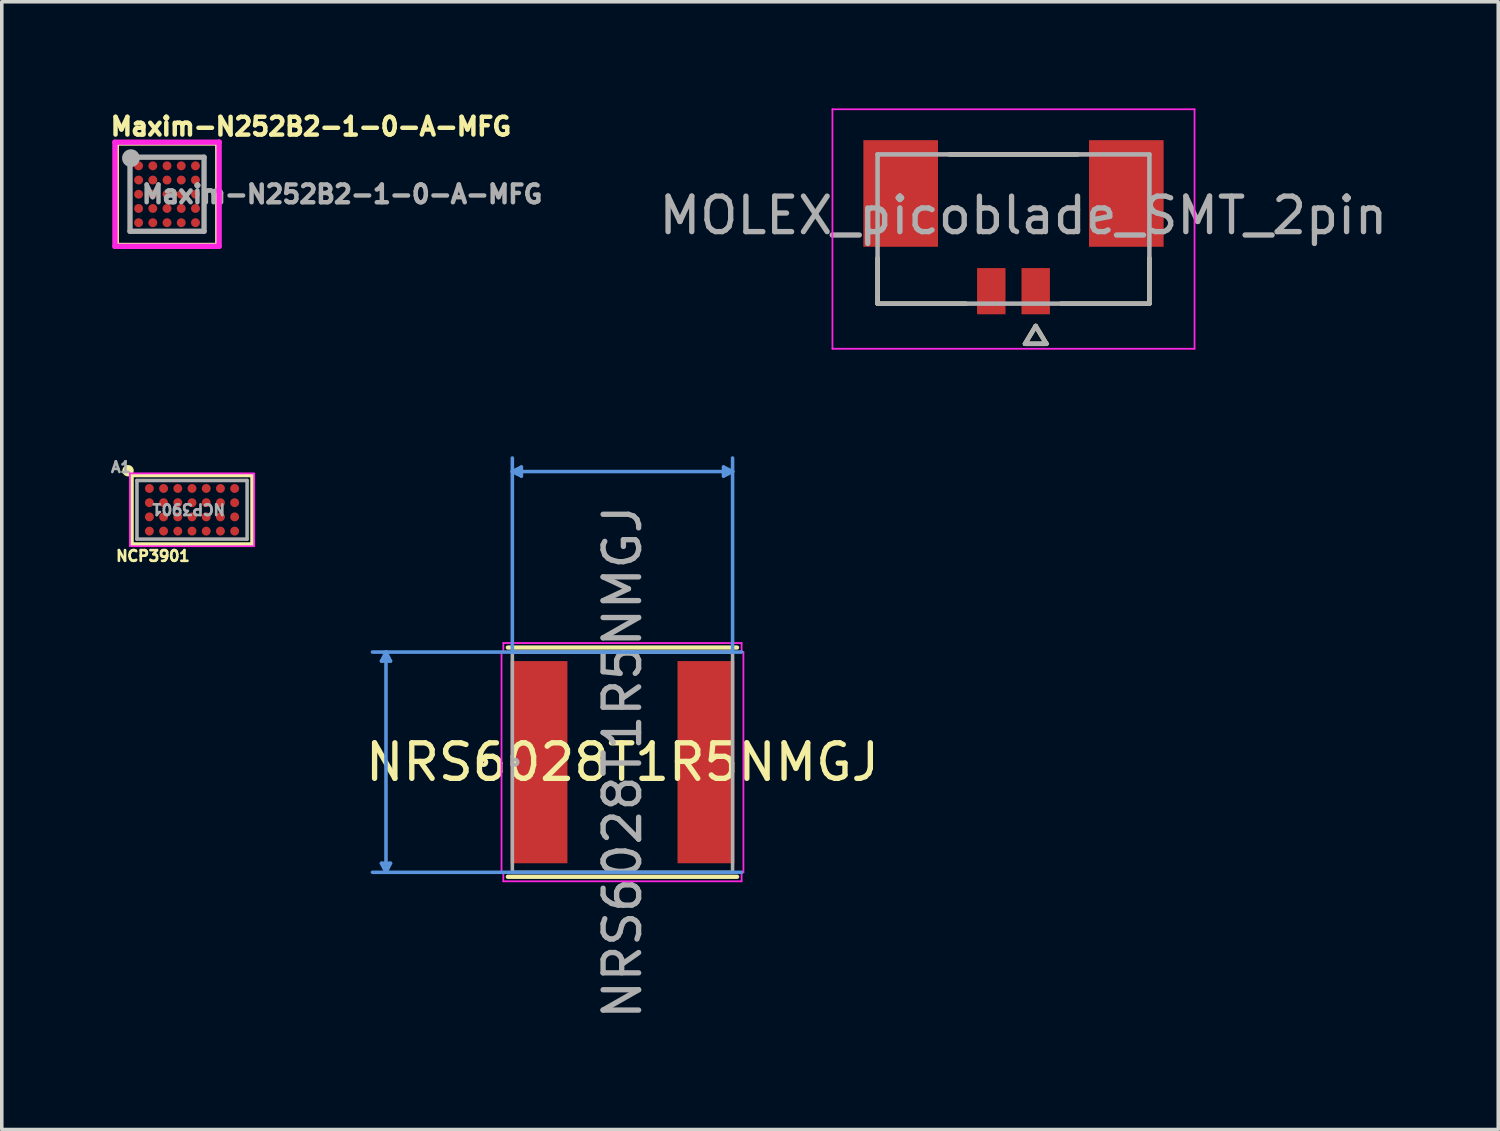
<source format=kicad_pcb>
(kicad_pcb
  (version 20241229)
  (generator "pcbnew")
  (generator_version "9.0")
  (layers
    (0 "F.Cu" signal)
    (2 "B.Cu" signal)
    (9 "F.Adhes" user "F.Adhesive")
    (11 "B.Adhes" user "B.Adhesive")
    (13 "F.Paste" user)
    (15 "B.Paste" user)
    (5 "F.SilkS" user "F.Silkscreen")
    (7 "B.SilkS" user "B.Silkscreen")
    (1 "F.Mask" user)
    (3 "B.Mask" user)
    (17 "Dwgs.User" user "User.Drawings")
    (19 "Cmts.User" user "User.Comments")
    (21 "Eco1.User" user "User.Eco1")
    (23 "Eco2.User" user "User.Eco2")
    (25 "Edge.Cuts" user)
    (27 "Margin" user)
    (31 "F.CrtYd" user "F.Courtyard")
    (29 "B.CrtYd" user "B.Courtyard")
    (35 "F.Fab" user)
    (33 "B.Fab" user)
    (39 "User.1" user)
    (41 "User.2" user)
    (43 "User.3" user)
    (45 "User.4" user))
  (footprint "MOLEX_picoblade_SMT_2pin"
    (layer "F.Cu")
    (at 25.473 3.395)
    (property "Reference" "MOLEX_picoblade_SMT_2pin" (at 0.279 -0.381 0) (layer "F.Fab") (effects (font (size 1 1) (thickness 0.15))))
    (attr smd)
    (fp_poly (pts (xy -4.301 -2.576) (xy -2.049 -2.576) (xy -2.049 0.576) (xy -4.301 0.576)) (stroke (width 0.01) (type solid)) (fill yes) (layer "F.Mask"))
    (fp_poly (pts (xy -1.101 1.024) (xy -0.149 1.024) (xy -0.149 2.476) (xy -1.101 2.476)) (stroke (width 0.01) (type solid)) (fill yes) (layer "F.Mask"))
    (fp_poly (pts (xy 0.149 1.024) (xy 1.101 1.024) (xy 1.101 2.476) (xy 0.149 2.476)) (stroke (width 0.01) (type solid)) (fill yes) (layer "F.Mask"))
    (fp_poly (pts (xy 2.049 -2.576) (xy 4.301 -2.576) (xy 4.301 0.576) (xy 2.049 0.576)) (stroke (width 0.01) (type solid)) (fill yes) (layer "F.Mask"))
    (fp_line (start -3.825 2.1) (end -3.825 0.82) (stroke (width 0.127) (type solid)) (layer "F.SilkS"))
    (fp_line (start -1.345 2.1) (end -3.825 2.1) (stroke (width 0.127) (type solid)) (layer "F.SilkS"))
    (fp_line (start 0.325 3.23) (end 0.625 2.73) (stroke (width 0.127) (type solid)) (layer "F.SilkS"))
    (fp_line (start 0.625 2.73) (end 0.925 3.23) (stroke (width 0.127) (type solid)) (layer "F.SilkS"))
    (fp_line (start 0.925 3.23) (end 0.325 3.23) (stroke (width 0.127) (type solid)) (layer "F.SilkS"))
    (fp_line (start 1.805 -2.1) (end -1.805 -2.1) (stroke (width 0.127) (type solid)) (layer "F.SilkS"))
    (fp_line (start 3.825 0.82) (end 3.825 2.1) (stroke (width 0.127) (type solid)) (layer "F.SilkS"))
    (fp_line (start 3.825 2.1) (end 1.345 2.1) (stroke (width 0.127) (type solid)) (layer "F.SilkS"))
    (fp_line (start -5.095 -3.37) (end 5.095 -3.37) (stroke (width 0.05) (type solid)) (layer "F.CrtYd"))
    (fp_line (start -5.095 3.37) (end -5.095 -3.37) (stroke (width 0.05) (type solid)) (layer "F.CrtYd"))
    (fp_line (start -5.095 3.37) (end 5.095 3.37) (stroke (width 0.05) (type solid)) (layer "F.CrtYd"))
    (fp_line (start 5.095 -3.37) (end 5.095 3.37) (stroke (width 0.05) (type solid)) (layer "F.CrtYd"))
    (fp_line (start -3.825 -2.1) (end 3.825 -2.1) (stroke (width 0.127) (type solid)) (layer "F.Fab"))
    (fp_line (start -3.825 2.1) (end -3.825 -2.1) (stroke (width 0.127) (type solid)) (layer "F.Fab"))
    (fp_line (start 0.325 3.23) (end 0.625 2.73) (stroke (width 0.127) (type solid)) (layer "F.Fab"))
    (fp_line (start 0.625 2.73) (end 0.925 3.23) (stroke (width 0.127) (type solid)) (layer "F.Fab"))
    (fp_line (start 0.925 3.23) (end 0.325 3.23) (stroke (width 0.127) (type solid)) (layer "F.Fab"))
    (fp_line (start 3.825 -2.1) (end 3.825 2.1) (stroke (width 0.127) (type solid)) (layer "F.Fab"))
    (fp_line (start 3.825 2.1) (end -3.825 2.1) (stroke (width 0.127) (type solid)) (layer "F.Fab"))
    (pad "1" smd rect (at 0.625 1.75) (size 0.8 1.3) (layers "F.Cu" "F.Paste"))
    (pad "2" smd rect (at -0.625 1.75) (size 0.8 1.3) (layers "F.Cu" "F.Paste"))
    (pad "S1" smd rect (at -3.175 -1) (size 2.1 3) (layers "F.Cu" "F.Paste"))
    (pad "S2" smd rect (at 3.175 -1) (size 2.1 3) (layers "F.Cu" "F.Paste")))
  (footprint "NRS6028T1R5NMGJ"
    (layer "F.Cu")
    (at 14.468 18.4)
    (property "Reference" "NRS6028T1R5NMGJ" (at 0 0 180) (layer "F.SilkS") (effects (font (size 1 1) (thickness 0.15))))
    (attr smd)
    (fp_line (start -3.226 3.226) (end 3.226 3.226) (stroke (width 0.12) (type solid)) (layer "F.SilkS"))
    (fp_line (start 3.226 -3.226) (end -3.226 -3.226) (stroke (width 0.12) (type solid)) (layer "F.SilkS"))
    (fp_circle (center -3.912 0) (end -3.835 0) (stroke (width 0.12) (type solid)) (fill no) (layer "F.SilkS"))
    (fp_line (start -6.782 -2.845) (end -6.528 -2.845) (stroke (width 0.1) (type solid)) (layer "Cmts.User"))
    (fp_line (start -6.782 2.845) (end -6.528 2.845) (stroke (width 0.1) (type solid)) (layer "Cmts.User"))
    (fp_line (start -6.655 -3.099) (end -6.782 -2.845) (stroke (width 0.1) (type solid)) (layer "Cmts.User"))
    (fp_line (start -6.655 -3.099) (end -6.655 3.099) (stroke (width 0.1) (type solid)) (layer "Cmts.User"))
    (fp_line (start -6.655 -3.099) (end -6.528 -2.845) (stroke (width 0.1) (type solid)) (layer "Cmts.User"))
    (fp_line (start -6.655 3.099) (end -6.782 2.845) (stroke (width 0.1) (type solid)) (layer "Cmts.User"))
    (fp_line (start -6.655 3.099) (end -6.528 2.845) (stroke (width 0.1) (type solid)) (layer "Cmts.User"))
    (fp_line (start -3.099 -8.179) (end -2.845 -8.306) (stroke (width 0.1) (type solid)) (layer "Cmts.User"))
    (fp_line (start -3.099 -8.179) (end -2.845 -8.052) (stroke (width 0.1) (type solid)) (layer "Cmts.User"))
    (fp_line (start -3.099 -8.179) (end 3.099 -8.179) (stroke (width 0.1) (type solid)) (layer "Cmts.User"))
    (fp_line (start -3.099 -3.099) (end -3.099 -8.56) (stroke (width 0.1) (type solid)) (layer "Cmts.User"))
    (fp_line (start -2.845 -8.306) (end -2.845 -8.052) (stroke (width 0.1) (type solid)) (layer "Cmts.User"))
    (fp_line (start 2.845 -8.306) (end 2.845 -8.052) (stroke (width 0.1) (type solid)) (layer "Cmts.User"))
    (fp_line (start 3.099 -8.179) (end 2.845 -8.306) (stroke (width 0.1) (type solid)) (layer "Cmts.User"))
    (fp_line (start 3.099 -8.179) (end 2.845 -8.052) (stroke (width 0.1) (type solid)) (layer "Cmts.User"))
    (fp_line (start 3.099 -3.099) (end 3.099 -8.56) (stroke (width 0.1) (type solid)) (layer "Cmts.User"))
    (fp_line (start 3.353 -3.099) (end -7.036 -3.099) (stroke (width 0.1) (type solid)) (layer "Cmts.User"))
    (fp_line (start 3.353 3.099) (end -7.036 3.099) (stroke (width 0.1) (type solid)) (layer "Cmts.User"))
    (fp_line (start -3.404 -3.099) (end -3.353 -3.099) (stroke (width 0.05) (type solid)) (layer "F.CrtYd"))
    (fp_line (start -3.404 3.099) (end -3.404 -3.099) (stroke (width 0.05) (type solid)) (layer "F.CrtYd"))
    (fp_line (start -3.353 -3.353) (end 3.353 -3.353) (stroke (width 0.05) (type solid)) (layer "F.CrtYd"))
    (fp_line (start -3.353 -3.099) (end -3.353 -3.353) (stroke (width 0.05) (type solid)) (layer "F.CrtYd"))
    (fp_line (start -3.353 3.099) (end -3.404 3.099) (stroke (width 0.05) (type solid)) (layer "F.CrtYd"))
    (fp_line (start -3.353 3.353) (end -3.353 3.099) (stroke (width 0.05) (type solid)) (layer "F.CrtYd"))
    (fp_line (start 3.353 -3.353) (end 3.353 -3.099) (stroke (width 0.05) (type solid)) (layer "F.CrtYd"))
    (fp_line (start 3.353 -3.099) (end 3.404 -3.099) (stroke (width 0.05) (type solid)) (layer "F.CrtYd"))
    (fp_line (start 3.353 3.099) (end 3.353 3.353) (stroke (width 0.05) (type solid)) (layer "F.CrtYd"))
    (fp_line (start 3.353 3.353) (end -3.353 3.353) (stroke (width 0.05) (type solid)) (layer "F.CrtYd"))
    (fp_line (start 3.404 -3.099) (end 3.404 3.099) (stroke (width 0.05) (type solid)) (layer "F.CrtYd"))
    (fp_line (start 3.404 3.099) (end 3.353 3.099) (stroke (width 0.05) (type solid)) (layer "F.CrtYd"))
    (fp_line (start -3.099 -3.099) (end -3.099 3.099) (stroke (width 0.1) (type solid)) (layer "F.Fab"))
    (fp_line (start -3.099 3.099) (end 3.099 3.099) (stroke (width 0.1) (type solid)) (layer "F.Fab"))
    (fp_line (start 3.099 -3.099) (end -3.099 -3.099) (stroke (width 0.1) (type solid)) (layer "F.Fab"))
    (fp_line (start 3.099 3.099) (end 3.099 -3.099) (stroke (width 0.1) (type solid)) (layer "F.Fab"))
    (fp_circle (center -3.023 0) (end -2.946 0) (stroke (width 0.1) (type solid)) (fill no) (layer "F.Fab"))
    (fp_text user "${REFERENCE}" (at 0 0 270) (layer "F.Fab") (effects (font (size 1 1) (thickness 0.15))))
    (pad "1" smd rect (at -2.349 0) (size 1.6 5.69) (layers "F.Cu" "F.Mask" "F.Paste"))
    (pad "2" smd rect (at 2.349 0) (size 1.6 5.69) (layers "F.Cu" "F.Mask" "F.Paste")))
  (footprint "Maxim-N252B2-1-0-A-MFG"
    (layer "F.Cu")
    (at 1.651 2.417)
    (property "Reference" "Maxim-N252B2-1-0-A-MFG" (at -1.651 -1.905 0) (layer "F.SilkS") (effects (font (size 0.5 0.5) (thickness 0.125)) (justify left)))
    (attr smd)
    (fp_line (start -1.429 -1.442) (end 1.429 -1.442) (stroke (width 0.15) (type solid)) (layer "F.SilkS"))
    (fp_line (start -1.429 1.442) (end -1.429 -1.442) (stroke (width 0.15) (type solid)) (layer "F.SilkS"))
    (fp_line (start 1.429 -1.442) (end 1.429 1.442) (stroke (width 0.15) (type solid)) (layer "F.SilkS"))
    (fp_line (start 1.429 1.442) (end -1.429 1.442) (stroke (width 0.15) (type solid)) (layer "F.SilkS"))
    (fp_line (start -1.466 -1.466) (end -1.466 1.466) (stroke (width 0.15) (type solid)) (layer "F.CrtYd"))
    (fp_line (start -1.466 1.466) (end 1.466 1.466) (stroke (width 0.15) (type solid)) (layer "F.CrtYd"))
    (fp_line (start 1.466 -1.466) (end -1.466 -1.466) (stroke (width 0.15) (type solid)) (layer "F.CrtYd"))
    (fp_line (start 1.466 -1.466) (end 1.466 -1.466) (stroke (width 0.15) (type solid)) (layer "F.CrtYd"))
    (fp_line (start 1.466 1.466) (end 1.466 -1.466) (stroke (width 0.15) (type solid)) (layer "F.CrtYd"))
    (fp_line (start -1.042 -1.042) (end 1.042 -1.042) (stroke (width 0.15) (type solid)) (layer "F.Fab"))
    (fp_line (start -1.042 1.042) (end -1.042 -1.042) (stroke (width 0.15) (type solid)) (layer "F.Fab"))
    (fp_line (start 1.042 -1.042) (end 1.042 1.042) (stroke (width 0.15) (type solid)) (layer "F.Fab"))
    (fp_line (start 1.042 1.042) (end -1.042 1.042) (stroke (width 0.15) (type solid)) (layer "F.Fab"))
    (fp_circle (center -1.016 -1.016) (end -0.891 -1.016) (stroke (width 0.25) (type solid)) (fill no) (layer "F.Fab"))
    (fp_text user "${REFERENCE}" (at -0.775 0 0) (layer "F.Fab") (effects (font (size 0.5 0.5) (thickness 0.125)) (justify left)))
    (pad "" smd roundrect (at -0.8 -0.8) (size 0.255 0.255) (layers "F.Paste") (roundrect_rratio 0.4))
    (pad "" smd roundrect (at -0.8 -0.4) (size 0.255 0.255) (layers "F.Paste") (roundrect_rratio 0.4))
    (pad "" smd roundrect (at -0.8 0) (size 0.255 0.255) (layers "F.Paste") (roundrect_rratio 0.4))
    (pad "" smd roundrect (at -0.8 0.4) (size 0.255 0.255) (layers "F.Paste") (roundrect_rratio 0.4))
    (pad "" smd roundrect (at -0.8 0.8) (size 0.255 0.255) (layers "F.Paste") (roundrect_rratio 0.4))
    (pad "" smd roundrect (at -0.4 -0.8) (size 0.255 0.255) (layers "F.Paste") (roundrect_rratio 0.4))
    (pad "" smd roundrect (at -0.4 -0.4) (size 0.255 0.255) (layers "F.Paste") (roundrect_rratio 0.4))
    (pad "" smd roundrect (at -0.4 0) (size 0.255 0.255) (layers "F.Paste") (roundrect_rratio 0.4))
    (pad "" smd roundrect (at -0.4 0.4) (size 0.255 0.255) (layers "F.Paste") (roundrect_rratio 0.4))
    (pad "" smd roundrect (at -0.4 0.8) (size 0.255 0.255) (layers "F.Paste") (roundrect_rratio 0.4))
    (pad "" smd roundrect (at 0 -0.8) (size 0.255 0.255) (layers "F.Paste") (roundrect_rratio 0.4))
    (pad "" smd roundrect (at 0 -0.4) (size 0.255 0.255) (layers "F.Paste") (roundrect_rratio 0.4))
    (pad "" smd roundrect (at 0 0) (size 0.255 0.255) (layers "F.Paste") (roundrect_rratio 0.4))
    (pad "" smd roundrect (at 0 0.4) (size 0.255 0.255) (layers "F.Paste") (roundrect_rratio 0.4))
    (pad "" smd roundrect (at 0 0.8) (size 0.255 0.255) (layers "F.Paste") (roundrect_rratio 0.4))
    (pad "" smd roundrect (at 0.4 -0.8) (size 0.255 0.255) (layers "F.Paste") (roundrect_rratio 0.4))
    (pad "" smd roundrect (at 0.4 -0.4) (size 0.255 0.255) (layers "F.Paste") (roundrect_rratio 0.4))
    (pad "" smd roundrect (at 0.4 0) (size 0.255 0.255) (layers "F.Paste") (roundrect_rratio 0.4))
    (pad "" smd roundrect (at 0.4 0.4) (size 0.255 0.255) (layers "F.Paste") (roundrect_rratio 0.4))
    (pad "" smd roundrect (at 0.4 0.8) (size 0.255 0.255) (layers "F.Paste") (roundrect_rratio 0.4))
    (pad "" smd roundrect (at 0.8 -0.8) (size 0.255 0.255) (layers "F.Paste") (roundrect_rratio 0.4))
    (pad "" smd roundrect (at 0.8 -0.4) (size 0.255 0.255) (layers "F.Paste") (roundrect_rratio 0.4))
    (pad "" smd roundrect (at 0.8 0) (size 0.255 0.255) (layers "F.Paste") (roundrect_rratio 0.4))
    (pad "" smd roundrect (at 0.8 0.4) (size 0.255 0.255) (layers "F.Paste") (roundrect_rratio 0.4))
    (pad "" smd roundrect (at 0.8 0.8) (size 0.255 0.255) (layers "F.Paste") (roundrect_rratio 0.4))
    (pad "A1" smd circle (at -0.8 -0.8) (size 0.25 0.25) (layers "F.Cu" "F.Mask"))
    (pad "A2" smd circle (at -0.4 -0.8) (size 0.25 0.25) (layers "F.Cu" "F.Mask"))
    (pad "A3" smd circle (at 0 -0.8) (size 0.25 0.25) (layers "F.Cu" "F.Mask"))
    (pad "A4" smd circle (at 0.4 -0.8) (size 0.25 0.25) (layers "F.Cu" "F.Mask"))
    (pad "A5" smd circle (at 0.8 -0.8) (size 0.25 0.25) (layers "F.Cu" "F.Mask"))
    (pad "B1" smd circle (at -0.8 -0.4) (size 0.25 0.25) (layers "F.Cu" "F.Mask"))
    (pad "B2" smd circle (at -0.4 -0.4) (size 0.25 0.25) (layers "F.Cu" "F.Mask"))
    (pad "B3" smd circle (at 0 -0.4) (size 0.25 0.25) (layers "F.Cu" "F.Mask"))
    (pad "B4" smd circle (at 0.4 -0.4) (size 0.25 0.25) (layers "F.Cu" "F.Mask"))
    (pad "B5" smd circle (at 0.8 -0.4) (size 0.25 0.25) (layers "F.Cu" "F.Mask"))
    (pad "C1" smd circle (at -0.8 0) (size 0.25 0.25) (layers "F.Cu" "F.Mask"))
    (pad "C2" smd circle (at -0.4 0) (size 0.25 0.25) (layers "F.Cu" "F.Mask"))
    (pad "C3" smd circle (at 0 0) (size 0.25 0.25) (layers "F.Cu" "F.Mask"))
    (pad "C4" smd circle (at 0.4 0) (size 0.25 0.25) (layers "F.Cu" "F.Mask"))
    (pad "C5" smd circle (at 0.8 0) (size 0.25 0.25) (layers "F.Cu" "F.Mask"))
    (pad "D1" smd circle (at -0.8 0.4) (size 0.25 0.25) (layers "F.Cu" "F.Mask"))
    (pad "D2" smd circle (at -0.4 0.4) (size 0.25 0.25) (layers "F.Cu" "F.Mask"))
    (pad "D3" smd circle (at 0 0.4) (size 0.25 0.25) (layers "F.Cu" "F.Mask"))
    (pad "D4" smd circle (at 0.4 0.4) (size 0.25 0.25) (layers "F.Cu" "F.Mask"))
    (pad "D5" smd circle (at 0.8 0.4) (size 0.25 0.25) (layers "F.Cu" "F.Mask"))
    (pad "E1" smd circle (at -0.8 0.8) (size 0.25 0.25) (layers "F.Cu" "F.Mask"))
    (pad "E2" smd circle (at -0.4 0.8) (size 0.25 0.25) (layers "F.Cu" "F.Mask"))
    (pad "E3" smd circle (at 0 0.8) (size 0.25 0.25) (layers "F.Cu" "F.Mask"))
    (pad "E4" smd circle (at 0.4 0.8) (size 0.25 0.25) (layers "F.Cu" "F.Mask"))
    (pad "E5" smd circle (at 0.8 0.8) (size 0.25 0.25) (layers "F.Cu" "F.Mask")))
  (footprint "NCP3901"
    (layer "F.Cu")
    (at 2.354 11.297)
    (property "Reference" "NCP3901" (at -1.1 1.3 0) (unlocked yes) (layer "F.SilkS") (effects (font (size 0.3 0.3) (thickness 0.075))))
    (attr smd)
    (fp_rect (start -1.7 0.975) (end 1.7 -0.975) (stroke (width 0.12) (type solid)) (fill no) (layer "F.SilkS"))
    (fp_circle (center -1.8 -1.1) (end -1.7 -1.1) (stroke (width 0.12) (type solid)) (fill yes) (layer "F.SilkS"))
    (fp_rect (start -1.75 1.025) (end 1.75 -1.025) (stroke (width 0.05) (type solid)) (fill no) (layer "F.CrtYd"))
    (fp_line (start -1.55 -0.825) (end -1.55 0.825) (stroke (width 0.1) (type solid)) (layer "F.Fab"))
    (fp_line (start -1.55 0.825) (end 1.55 0.825) (stroke (width 0.1) (type solid)) (layer "F.Fab"))
    (fp_line (start 1.55 -0.825) (end -1.55 -0.825) (stroke (width 0.1) (type solid)) (layer "F.Fab"))
    (fp_line (start 1.55 0.825) (end 1.55 -0.825) (stroke (width 0.1) (type solid)) (layer "F.Fab"))
    (fp_text user "${REFERENCE}" (at -0.105 -0.018 180) (unlocked yes) (layer "F.Fab") (effects (font (size 0.3 0.3) (thickness 0.075))))
    (fp_text user "A1" (at -2 -1.2 0) (unlocked yes) (layer "F.Fab") (effects (font (size 0.3 0.3) (thickness 0.075))))
    (pad "" smd roundrect (at -1.2 -0.6) (size 0.255 0.255) (layers "F.Paste") (roundrect_rratio 0.4))
    (pad "" smd roundrect (at -1.2 -0.2) (size 0.255 0.255) (layers "F.Paste") (roundrect_rratio 0.4))
    (pad "" smd roundrect (at -1.2 0.2) (size 0.255 0.255) (layers "F.Paste") (roundrect_rratio 0.4))
    (pad "" smd roundrect (at -1.2 0.6) (size 0.255 0.255) (layers "F.Paste") (roundrect_rratio 0.4))
    (pad "" smd roundrect (at -0.8 -0.6) (size 0.255 0.255) (layers "F.Paste") (roundrect_rratio 0.4))
    (pad "" smd roundrect (at -0.8 -0.2) (size 0.255 0.255) (layers "F.Paste") (roundrect_rratio 0.4))
    (pad "" smd roundrect (at -0.8 0.2) (size 0.255 0.255) (layers "F.Paste") (roundrect_rratio 0.4))
    (pad "" smd roundrect (at -0.8 0.6) (size 0.255 0.255) (layers "F.Paste") (roundrect_rratio 0.4))
    (pad "" smd roundrect (at -0.4 -0.6) (size 0.255 0.255) (layers "F.Paste") (roundrect_rratio 0.4))
    (pad "" smd roundrect (at -0.4 -0.2) (size 0.255 0.255) (layers "F.Paste") (roundrect_rratio 0.4))
    (pad "" smd roundrect (at -0.4 0.2) (size 0.255 0.255) (layers "F.Paste") (roundrect_rratio 0.4))
    (pad "" smd roundrect (at -0.4 0.6) (size 0.255 0.255) (layers "F.Paste") (roundrect_rratio 0.4))
    (pad "" smd roundrect (at 0 -0.6) (size 0.255 0.255) (layers "F.Paste") (roundrect_rratio 0.4))
    (pad "" smd roundrect (at 0 -0.2) (size 0.255 0.255) (layers "F.Paste") (roundrect_rratio 0.4))
    (pad "" smd roundrect (at 0 0.2) (size 0.255 0.255) (layers "F.Paste") (roundrect_rratio 0.4))
    (pad "" smd roundrect (at 0 0.6) (size 0.255 0.255) (layers "F.Paste") (roundrect_rratio 0.4))
    (pad "" smd roundrect (at 0.4 -0.6) (size 0.255 0.255) (layers "F.Paste") (roundrect_rratio 0.4))
    (pad "" smd roundrect (at 0.4 -0.2) (size 0.255 0.255) (layers "F.Paste") (roundrect_rratio 0.4))
    (pad "" smd roundrect (at 0.4 0.2) (size 0.255 0.255) (layers "F.Paste") (roundrect_rratio 0.4))
    (pad "" smd roundrect (at 0.4 0.6) (size 0.255 0.255) (layers "F.Paste") (roundrect_rratio 0.4))
    (pad "" smd roundrect (at 0.8 -0.6) (size 0.255 0.255) (layers "F.Paste") (roundrect_rratio 0.4))
    (pad "" smd roundrect (at 0.8 -0.2) (size 0.255 0.255) (layers "F.Paste") (roundrect_rratio 0.4))
    (pad "" smd roundrect (at 0.8 0.2) (size 0.255 0.255) (layers "F.Paste") (roundrect_rratio 0.4))
    (pad "" smd roundrect (at 0.8 0.6) (size 0.255 0.255) (layers "F.Paste") (roundrect_rratio 0.4))
    (pad "" smd roundrect (at 1.2 -0.6) (size 0.255 0.255) (layers "F.Paste") (roundrect_rratio 0.4))
    (pad "" smd roundrect (at 1.2 -0.2) (size 0.255 0.255) (layers "F.Paste") (roundrect_rratio 0.4))
    (pad "" smd roundrect (at 1.2 0.2) (size 0.255 0.255) (layers "F.Paste") (roundrect_rratio 0.4))
    (pad "" smd roundrect (at 1.2 0.6) (size 0.255 0.255) (layers "F.Paste") (roundrect_rratio 0.4))
    (pad "A1" smd circle (at -1.2 -0.6) (size 0.25 0.25) (layers "F.Cu" "F.Mask"))
    (pad "A2" smd circle (at -0.8 -0.6) (size 0.25 0.25) (layers "F.Cu" "F.Mask"))
    (pad "A3" smd circle (at -0.4 -0.6) (size 0.25 0.25) (layers "F.Cu" "F.Mask"))
    (pad "A4" smd circle (at 0 -0.6) (size 0.25 0.25) (layers "F.Cu" "F.Mask"))
    (pad "A5" smd circle (at 0.4 -0.6) (size 0.25 0.25) (layers "F.Cu" "F.Mask"))
    (pad "A6" smd circle (at 0.8 -0.6) (size 0.25 0.25) (layers "F.Cu" "F.Mask"))
    (pad "A7" smd circle (at 1.2 -0.6) (size 0.25 0.25) (layers "F.Cu" "F.Mask"))
    (pad "B1" smd circle (at -1.2 -0.2) (size 0.25 0.25) (layers "F.Cu" "F.Mask"))
    (pad "B2" smd circle (at -0.8 -0.2) (size 0.25 0.25) (layers "F.Cu" "F.Mask"))
    (pad "B3" smd circle (at -0.4 -0.2) (size 0.25 0.25) (layers "F.Cu" "F.Mask"))
    (pad "B4" smd circle (at 0 -0.2) (size 0.25 0.25) (layers "F.Cu" "F.Mask"))
    (pad "B5" smd circle (at 0.4 -0.2) (size 0.25 0.25) (layers "F.Cu" "F.Mask"))
    (pad "B6" smd circle (at 0.8 -0.2) (size 0.25 0.25) (layers "F.Cu" "F.Mask"))
    (pad "B7" smd circle (at 1.2 -0.2) (size 0.25 0.25) (layers "F.Cu" "F.Mask"))
    (pad "C1" smd circle (at -1.2 0.2) (size 0.25 0.25) (layers "F.Cu" "F.Mask"))
    (pad "C2" smd circle (at -0.8 0.2) (size 0.25 0.25) (layers "F.Cu" "F.Mask"))
    (pad "C3" smd circle (at -0.4 0.2) (size 0.25 0.25) (layers "F.Cu" "F.Mask"))
    (pad "C4" smd circle (at 0 0.2) (size 0.25 0.25) (layers "F.Cu" "F.Mask"))
    (pad "C5" smd circle (at 0.4 0.2) (size 0.25 0.25) (layers "F.Cu" "F.Mask"))
    (pad "C6" smd circle (at 0.8 0.2) (size 0.25 0.25) (layers "F.Cu" "F.Mask"))
    (pad "C7" smd circle (at 1.2 0.2) (size 0.25 0.25) (layers "F.Cu" "F.Mask"))
    (pad "D1" smd circle (at -1.2 0.6) (size 0.25 0.25) (layers "F.Cu" "F.Mask"))
    (pad "D2" smd circle (at -0.8 0.6) (size 0.25 0.25) (layers "F.Cu" "F.Mask"))
    (pad "D3" smd circle (at -0.4 0.6) (size 0.25 0.25) (layers "F.Cu" "F.Mask"))
    (pad "D4" smd circle (at 0 0.6) (size 0.25 0.25) (layers "F.Cu" "F.Mask"))
    (pad "D5" smd circle (at 0.4 0.6) (size 0.25 0.25) (layers "F.Cu" "F.Mask"))
    (pad "D6" smd circle (at 0.8 0.6) (size 0.25 0.25) (layers "F.Cu" "F.Mask"))
    (pad "D7" smd circle (at 1.2 0.6) (size 0.25 0.25) (layers "F.Cu" "F.Mask")))
  (gr_rect
    (start -3 -3)
    (end 39.115 28.739)
    (stroke (width 0.1) (type default))
    (fill no)
    (layer "Edge.Cuts")))
</source>
